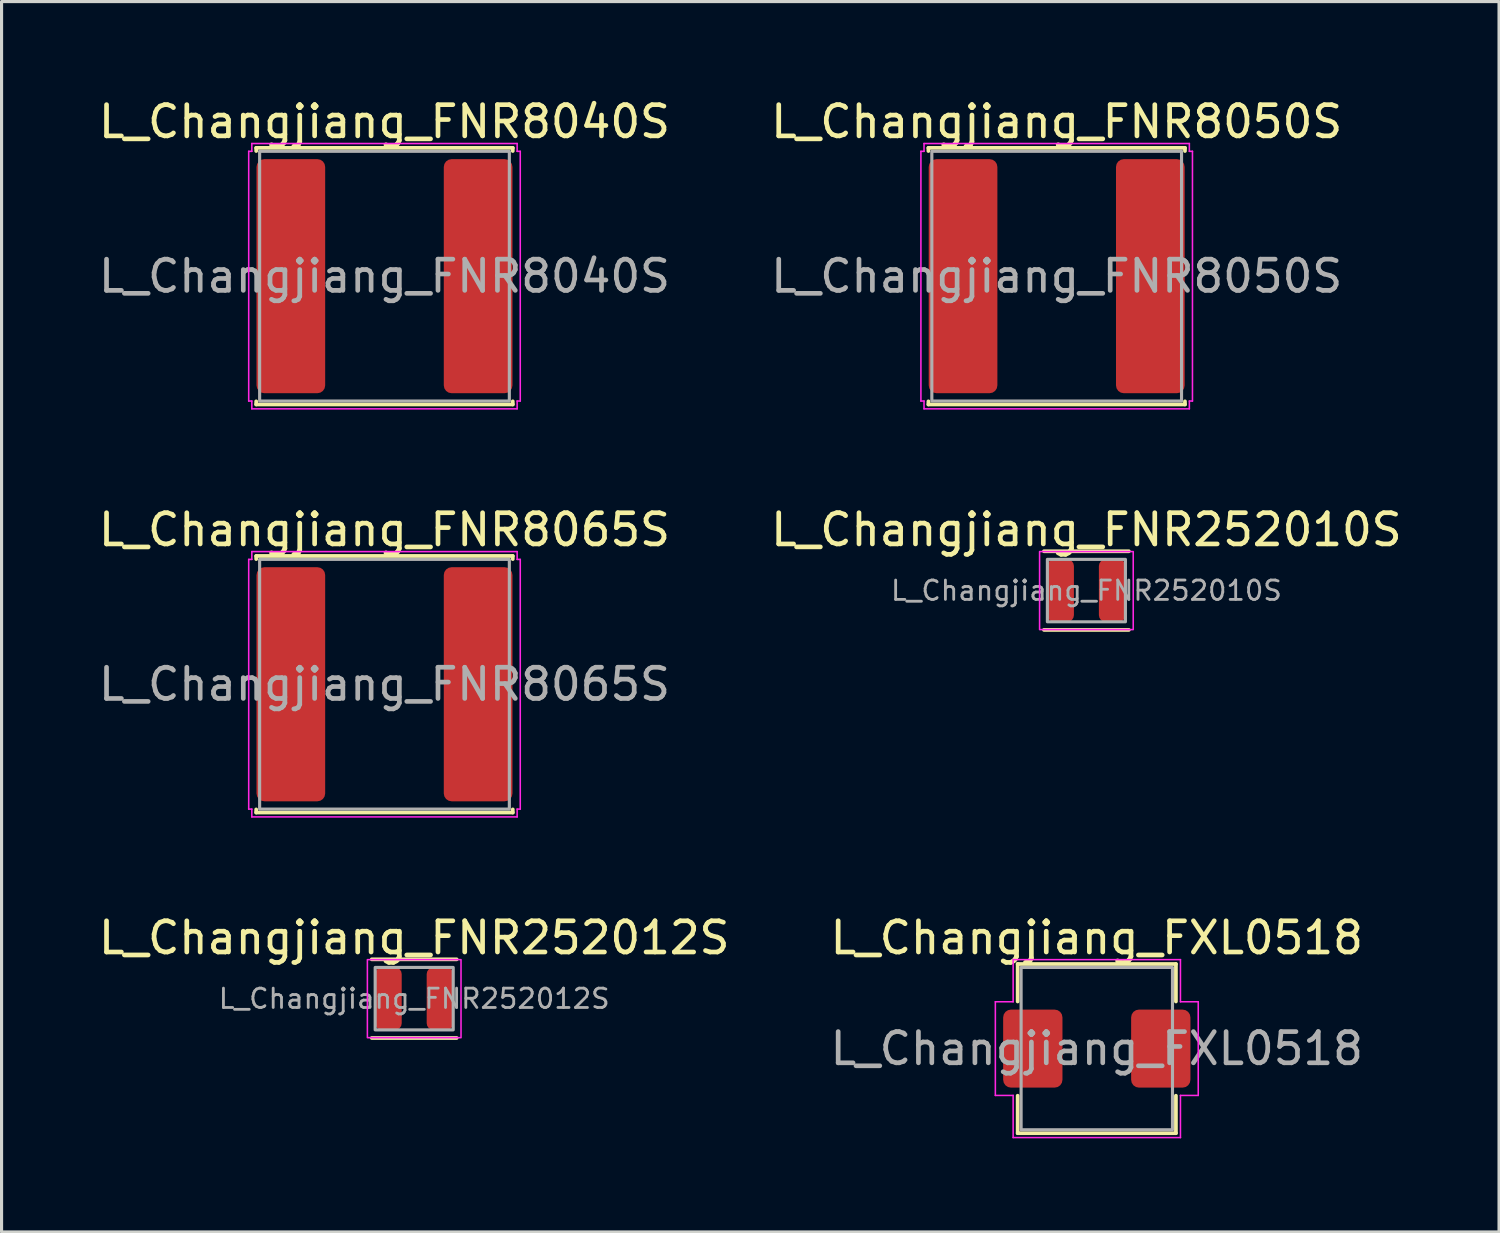
<source format=kicad_pcb>
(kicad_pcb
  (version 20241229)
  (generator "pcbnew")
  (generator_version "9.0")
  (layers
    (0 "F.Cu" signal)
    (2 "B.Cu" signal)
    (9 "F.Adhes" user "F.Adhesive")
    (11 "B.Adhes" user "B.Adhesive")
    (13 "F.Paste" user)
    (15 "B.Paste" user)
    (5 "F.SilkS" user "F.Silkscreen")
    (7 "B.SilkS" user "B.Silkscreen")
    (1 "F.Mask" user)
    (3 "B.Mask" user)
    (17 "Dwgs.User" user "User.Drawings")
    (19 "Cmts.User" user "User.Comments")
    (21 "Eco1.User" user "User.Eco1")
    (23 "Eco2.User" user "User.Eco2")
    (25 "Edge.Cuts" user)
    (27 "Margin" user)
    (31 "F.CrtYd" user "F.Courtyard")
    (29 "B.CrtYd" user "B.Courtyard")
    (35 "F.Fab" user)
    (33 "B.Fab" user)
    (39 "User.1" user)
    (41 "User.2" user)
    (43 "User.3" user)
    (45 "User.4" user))
  (footprint "L_Changjiang_FNR8050S"
    (layer "F.Cu")
    (at 30.804 5.798)
    (property "Reference" "L_Changjiang_FNR8050S" (at 0 -4.95 0) (layer "F.SilkS") (effects (font (size 1 1) (thickness 0.15))))
    (attr smd)
    (fp_line (start -4.11 -4.11) (end 4.11 -4.11) (stroke (width 0.12) (type solid)) (layer "F.SilkS"))
    (fp_line (start -4.11 -4.01) (end -4.11 -4.11) (stroke (width 0.12) (type solid)) (layer "F.SilkS"))
    (fp_line (start -4.11 4.11) (end -4.11 4.01) (stroke (width 0.12) (type solid)) (layer "F.SilkS"))
    (fp_line (start 4.11 -4.11) (end 4.11 -4.01) (stroke (width 0.12) (type solid)) (layer "F.SilkS"))
    (fp_line (start 4.11 4.01) (end 4.11 4.11) (stroke (width 0.12) (type solid)) (layer "F.SilkS"))
    (fp_line (start 4.11 4.11) (end -4.11 4.11) (stroke (width 0.12) (type solid)) (layer "F.SilkS"))
    (fp_line (start -4.35 -4) (end -4.25 -4) (stroke (width 0.05) (type solid)) (layer "F.CrtYd"))
    (fp_line (start -4.35 4) (end -4.35 -4) (stroke (width 0.05) (type solid)) (layer "F.CrtYd"))
    (fp_line (start -4.25 -4.25) (end 4.25 -4.25) (stroke (width 0.05) (type solid)) (layer "F.CrtYd"))
    (fp_line (start -4.25 -4) (end -4.25 -4.25) (stroke (width 0.05) (type solid)) (layer "F.CrtYd"))
    (fp_line (start -4.25 4) (end -4.35 4) (stroke (width 0.05) (type solid)) (layer "F.CrtYd"))
    (fp_line (start -4.25 4.25) (end -4.25 4) (stroke (width 0.05) (type solid)) (layer "F.CrtYd"))
    (fp_line (start 4.25 -4.25) (end 4.25 -4) (stroke (width 0.05) (type solid)) (layer "F.CrtYd"))
    (fp_line (start 4.25 -4) (end 4.35 -4) (stroke (width 0.05) (type solid)) (layer "F.CrtYd"))
    (fp_line (start 4.25 4) (end 4.25 4.25) (stroke (width 0.05) (type solid)) (layer "F.CrtYd"))
    (fp_line (start 4.25 4.25) (end -4.25 4.25) (stroke (width 0.05) (type solid)) (layer "F.CrtYd"))
    (fp_line (start 4.35 -4) (end 4.35 4) (stroke (width 0.05) (type solid)) (layer "F.CrtYd"))
    (fp_line (start 4.35 4) (end 4.25 4) (stroke (width 0.05) (type solid)) (layer "F.CrtYd"))
    (fp_rect (start -4 -4) (end 4 4) (stroke (width 0.1) (type solid)) (fill no) (layer "F.Fab"))
    (fp_text user "${REFERENCE}" (at 0 0 0) (layer "F.Fab") (effects (font (size 1 1) (thickness 0.15))))
    (pad "1" smd roundrect (at -3 0) (size 2.2 7.5) (layers "F.Cu" "F.Mask" "F.Paste") (roundrect_rratio 0.114))
    (pad "2" smd roundrect (at 3 0) (size 2.2 7.5) (layers "F.Cu" "F.Mask" "F.Paste") (roundrect_rratio 0.114)))
  (footprint "L_Changjiang_FNR252010S"
    (layer "F.Cu")
    (at 31.756 15.871)
    (property "Reference" "L_Changjiang_FNR252010S" (at 0 -1.95 0) (layer "F.SilkS") (effects (font (size 1 1) (thickness 0.15))))
    (attr smd)
    (fp_line (start -1.36 -1.26) (end 1.36 -1.26) (stroke (width 0.12) (type solid)) (layer "F.SilkS"))
    (fp_line (start 1.36 1.26) (end -1.36 1.26) (stroke (width 0.12) (type solid)) (layer "F.SilkS"))
    (fp_rect (start -1.5 -1.25) (end 1.5 1.25) (stroke (width 0.05) (type solid)) (fill no) (layer "F.CrtYd"))
    (fp_rect (start -1.25 -1) (end 1.25 1) (stroke (width 0.1) (type solid)) (fill no) (layer "F.Fab"))
    (fp_text user "${REFERENCE}" (at 0 0 0) (layer "F.Fab") (effects (font (size 0.62 0.62) (thickness 0.09))))
    (pad "1" smd roundrect (at -0.825 0) (size 0.85 2) (layers "F.Cu" "F.Mask" "F.Paste") (roundrect_rratio 0.25))
    (pad "2" smd roundrect (at 0.825 0) (size 0.85 2) (layers "F.Cu" "F.Mask" "F.Paste") (roundrect_rratio 0.25)))
  (footprint "L_Changjiang_FNR8065S"
    (layer "F.Cu")
    (at 9.268 18.872)
    (property "Reference" "L_Changjiang_FNR8065S" (at 0 -4.95 0) (layer "F.SilkS") (effects (font (size 1 1) (thickness 0.15))))
    (attr smd)
    (fp_line (start -4.11 -4.11) (end 4.11 -4.11) (stroke (width 0.12) (type solid)) (layer "F.SilkS"))
    (fp_line (start -4.11 -4.01) (end -4.11 -4.11) (stroke (width 0.12) (type solid)) (layer "F.SilkS"))
    (fp_line (start -4.11 4.11) (end -4.11 4.01) (stroke (width 0.12) (type solid)) (layer "F.SilkS"))
    (fp_line (start 4.11 -4.11) (end 4.11 -4.01) (stroke (width 0.12) (type solid)) (layer "F.SilkS"))
    (fp_line (start 4.11 4.01) (end 4.11 4.11) (stroke (width 0.12) (type solid)) (layer "F.SilkS"))
    (fp_line (start 4.11 4.11) (end -4.11 4.11) (stroke (width 0.12) (type solid)) (layer "F.SilkS"))
    (fp_line (start -4.35 -4) (end -4.25 -4) (stroke (width 0.05) (type solid)) (layer "F.CrtYd"))
    (fp_line (start -4.35 4) (end -4.35 -4) (stroke (width 0.05) (type solid)) (layer "F.CrtYd"))
    (fp_line (start -4.25 -4.25) (end 4.25 -4.25) (stroke (width 0.05) (type solid)) (layer "F.CrtYd"))
    (fp_line (start -4.25 -4) (end -4.25 -4.25) (stroke (width 0.05) (type solid)) (layer "F.CrtYd"))
    (fp_line (start -4.25 4) (end -4.35 4) (stroke (width 0.05) (type solid)) (layer "F.CrtYd"))
    (fp_line (start -4.25 4.25) (end -4.25 4) (stroke (width 0.05) (type solid)) (layer "F.CrtYd"))
    (fp_line (start 4.25 -4.25) (end 4.25 -4) (stroke (width 0.05) (type solid)) (layer "F.CrtYd"))
    (fp_line (start 4.25 -4) (end 4.35 -4) (stroke (width 0.05) (type solid)) (layer "F.CrtYd"))
    (fp_line (start 4.25 4) (end 4.25 4.25) (stroke (width 0.05) (type solid)) (layer "F.CrtYd"))
    (fp_line (start 4.25 4.25) (end -4.25 4.25) (stroke (width 0.05) (type solid)) (layer "F.CrtYd"))
    (fp_line (start 4.35 -4) (end 4.35 4) (stroke (width 0.05) (type solid)) (layer "F.CrtYd"))
    (fp_line (start 4.35 4) (end 4.25 4) (stroke (width 0.05) (type solid)) (layer "F.CrtYd"))
    (fp_rect (start -4 -4) (end 4 4) (stroke (width 0.1) (type solid)) (fill no) (layer "F.Fab"))
    (fp_text user "${REFERENCE}" (at 0 0 0) (layer "F.Fab") (effects (font (size 1 1) (thickness 0.15))))
    (pad "1" smd roundrect (at -3 0) (size 2.2 7.5) (layers "F.Cu" "F.Mask" "F.Paste") (roundrect_rratio 0.114))
    (pad "2" smd roundrect (at 3 0) (size 2.2 7.5) (layers "F.Cu" "F.Mask" "F.Paste") (roundrect_rratio 0.114)))
  (footprint "L_Changjiang_FNR252012S"
    (layer "F.Cu")
    (at 10.22 28.945)
    (property "Reference" "L_Changjiang_FNR252012S" (at 0 -1.95 0) (layer "F.SilkS") (effects (font (size 1 1) (thickness 0.15))))
    (attr smd)
    (fp_line (start -1.36 -1.26) (end 1.36 -1.26) (stroke (width 0.12) (type solid)) (layer "F.SilkS"))
    (fp_line (start 1.36 1.26) (end -1.36 1.26) (stroke (width 0.12) (type solid)) (layer "F.SilkS"))
    (fp_rect (start -1.5 -1.25) (end 1.5 1.25) (stroke (width 0.05) (type solid)) (fill no) (layer "F.CrtYd"))
    (fp_rect (start -1.25 -1) (end 1.25 1) (stroke (width 0.1) (type solid)) (fill no) (layer "F.Fab"))
    (fp_text user "${REFERENCE}" (at 0 0 0) (layer "F.Fab") (effects (font (size 0.62 0.62) (thickness 0.09))))
    (pad "1" smd roundrect (at -0.825 0) (size 0.85 2) (layers "F.Cu" "F.Mask" "F.Paste") (roundrect_rratio 0.25))
    (pad "2" smd roundrect (at 0.825 0) (size 0.85 2) (layers "F.Cu" "F.Mask" "F.Paste") (roundrect_rratio 0.25)))
  (footprint "L_Changjiang_FNR8040S"
    (layer "F.Cu")
    (at 9.268 5.798)
    (property "Reference" "L_Changjiang_FNR8040S" (at 0 -4.95 0) (layer "F.SilkS") (effects (font (size 1 1) (thickness 0.15))))
    (attr smd)
    (fp_line (start -4.11 -4.11) (end 4.11 -4.11) (stroke (width 0.12) (type solid)) (layer "F.SilkS"))
    (fp_line (start -4.11 -4.01) (end -4.11 -4.11) (stroke (width 0.12) (type solid)) (layer "F.SilkS"))
    (fp_line (start -4.11 4.11) (end -4.11 4.01) (stroke (width 0.12) (type solid)) (layer "F.SilkS"))
    (fp_line (start 4.11 -4.11) (end 4.11 -4.01) (stroke (width 0.12) (type solid)) (layer "F.SilkS"))
    (fp_line (start 4.11 4.01) (end 4.11 4.11) (stroke (width 0.12) (type solid)) (layer "F.SilkS"))
    (fp_line (start 4.11 4.11) (end -4.11 4.11) (stroke (width 0.12) (type solid)) (layer "F.SilkS"))
    (fp_line (start -4.35 -4) (end -4.25 -4) (stroke (width 0.05) (type solid)) (layer "F.CrtYd"))
    (fp_line (start -4.35 4) (end -4.35 -4) (stroke (width 0.05) (type solid)) (layer "F.CrtYd"))
    (fp_line (start -4.25 -4.25) (end 4.25 -4.25) (stroke (width 0.05) (type solid)) (layer "F.CrtYd"))
    (fp_line (start -4.25 -4) (end -4.25 -4.25) (stroke (width 0.05) (type solid)) (layer "F.CrtYd"))
    (fp_line (start -4.25 4) (end -4.35 4) (stroke (width 0.05) (type solid)) (layer "F.CrtYd"))
    (fp_line (start -4.25 4.25) (end -4.25 4) (stroke (width 0.05) (type solid)) (layer "F.CrtYd"))
    (fp_line (start 4.25 -4.25) (end 4.25 -4) (stroke (width 0.05) (type solid)) (layer "F.CrtYd"))
    (fp_line (start 4.25 -4) (end 4.35 -4) (stroke (width 0.05) (type solid)) (layer "F.CrtYd"))
    (fp_line (start 4.25 4) (end 4.25 4.25) (stroke (width 0.05) (type solid)) (layer "F.CrtYd"))
    (fp_line (start 4.25 4.25) (end -4.25 4.25) (stroke (width 0.05) (type solid)) (layer "F.CrtYd"))
    (fp_line (start 4.35 -4) (end 4.35 4) (stroke (width 0.05) (type solid)) (layer "F.CrtYd"))
    (fp_line (start 4.35 4) (end 4.25 4) (stroke (width 0.05) (type solid)) (layer "F.CrtYd"))
    (fp_rect (start -4 -4) (end 4 4) (stroke (width 0.1) (type solid)) (fill no) (layer "F.Fab"))
    (fp_text user "${REFERENCE}" (at 0 0 0) (layer "F.Fab") (effects (font (size 1 1) (thickness 0.15))))
    (pad "1" smd roundrect (at -3 0) (size 2.2 7.5) (layers "F.Cu" "F.Mask" "F.Paste") (roundrect_rratio 0.114))
    (pad "2" smd roundrect (at 3 0) (size 2.2 7.5) (layers "F.Cu" "F.Mask" "F.Paste") (roundrect_rratio 0.114)))
  (footprint "L_Changjiang_FXL0518"
    (layer "F.Cu")
    (at 32.089 30.545)
    (property "Reference" "L_Changjiang_FXL0518" (at 0 -3.55 0) (layer "F.SilkS") (effects (font (size 1 1) (thickness 0.15))))
    (attr smd)
    (fp_line (start -2.535 -2.71) (end 2.535 -2.71) (stroke (width 0.12) (type solid)) (layer "F.SilkS"))
    (fp_line (start -2.535 -1.51) (end -2.535 -2.71) (stroke (width 0.12) (type solid)) (layer "F.SilkS"))
    (fp_line (start -2.535 2.71) (end -2.535 1.51) (stroke (width 0.12) (type solid)) (layer "F.SilkS"))
    (fp_line (start 2.535 -2.71) (end 2.535 -1.51) (stroke (width 0.12) (type solid)) (layer "F.SilkS"))
    (fp_line (start 2.535 1.51) (end 2.535 2.71) (stroke (width 0.12) (type solid)) (layer "F.SilkS"))
    (fp_line (start 2.535 2.71) (end -2.535 2.71) (stroke (width 0.12) (type solid)) (layer "F.SilkS"))
    (fp_line (start -3.25 -1.5) (end -2.68 -1.5) (stroke (width 0.05) (type solid)) (layer "F.CrtYd"))
    (fp_line (start -3.25 1.5) (end -3.25 -1.5) (stroke (width 0.05) (type solid)) (layer "F.CrtYd"))
    (fp_line (start -2.68 -2.85) (end 2.68 -2.85) (stroke (width 0.05) (type solid)) (layer "F.CrtYd"))
    (fp_line (start -2.68 -1.5) (end -2.68 -2.85) (stroke (width 0.05) (type solid)) (layer "F.CrtYd"))
    (fp_line (start -2.68 1.5) (end -3.25 1.5) (stroke (width 0.05) (type solid)) (layer "F.CrtYd"))
    (fp_line (start -2.68 2.85) (end -2.68 1.5) (stroke (width 0.05) (type solid)) (layer "F.CrtYd"))
    (fp_line (start 2.68 -2.85) (end 2.68 -1.5) (stroke (width 0.05) (type solid)) (layer "F.CrtYd"))
    (fp_line (start 2.68 -1.5) (end 3.25 -1.5) (stroke (width 0.05) (type solid)) (layer "F.CrtYd"))
    (fp_line (start 2.68 1.5) (end 2.68 2.85) (stroke (width 0.05) (type solid)) (layer "F.CrtYd"))
    (fp_line (start 2.68 2.85) (end -2.68 2.85) (stroke (width 0.05) (type solid)) (layer "F.CrtYd"))
    (fp_line (start 3.25 -1.5) (end 3.25 1.5) (stroke (width 0.05) (type solid)) (layer "F.CrtYd"))
    (fp_line (start 3.25 1.5) (end 2.68 1.5) (stroke (width 0.05) (type solid)) (layer "F.CrtYd"))
    (fp_rect (start -2.425 -2.6) (end 2.425 2.6) (stroke (width 0.1) (type solid)) (fill no) (layer "F.Fab"))
    (fp_text user "${REFERENCE}" (at 0 0 0) (layer "F.Fab") (effects (font (size 1 1) (thickness 0.15))))
    (pad "1" smd roundrect (at -2.05 0) (size 1.9 2.5) (layers "F.Cu" "F.Mask" "F.Paste") (roundrect_rratio 0.132))
    (pad "2" smd roundrect (at 2.05 0) (size 1.9 2.5) (layers "F.Cu" "F.Mask" "F.Paste") (roundrect_rratio 0.132)))
  (gr_rect
    (start -3 -3)
    (end 44.976 36.42)
    (stroke (width 0.1) (type default))
    (fill no)
    (layer "Edge.Cuts")))
</source>
